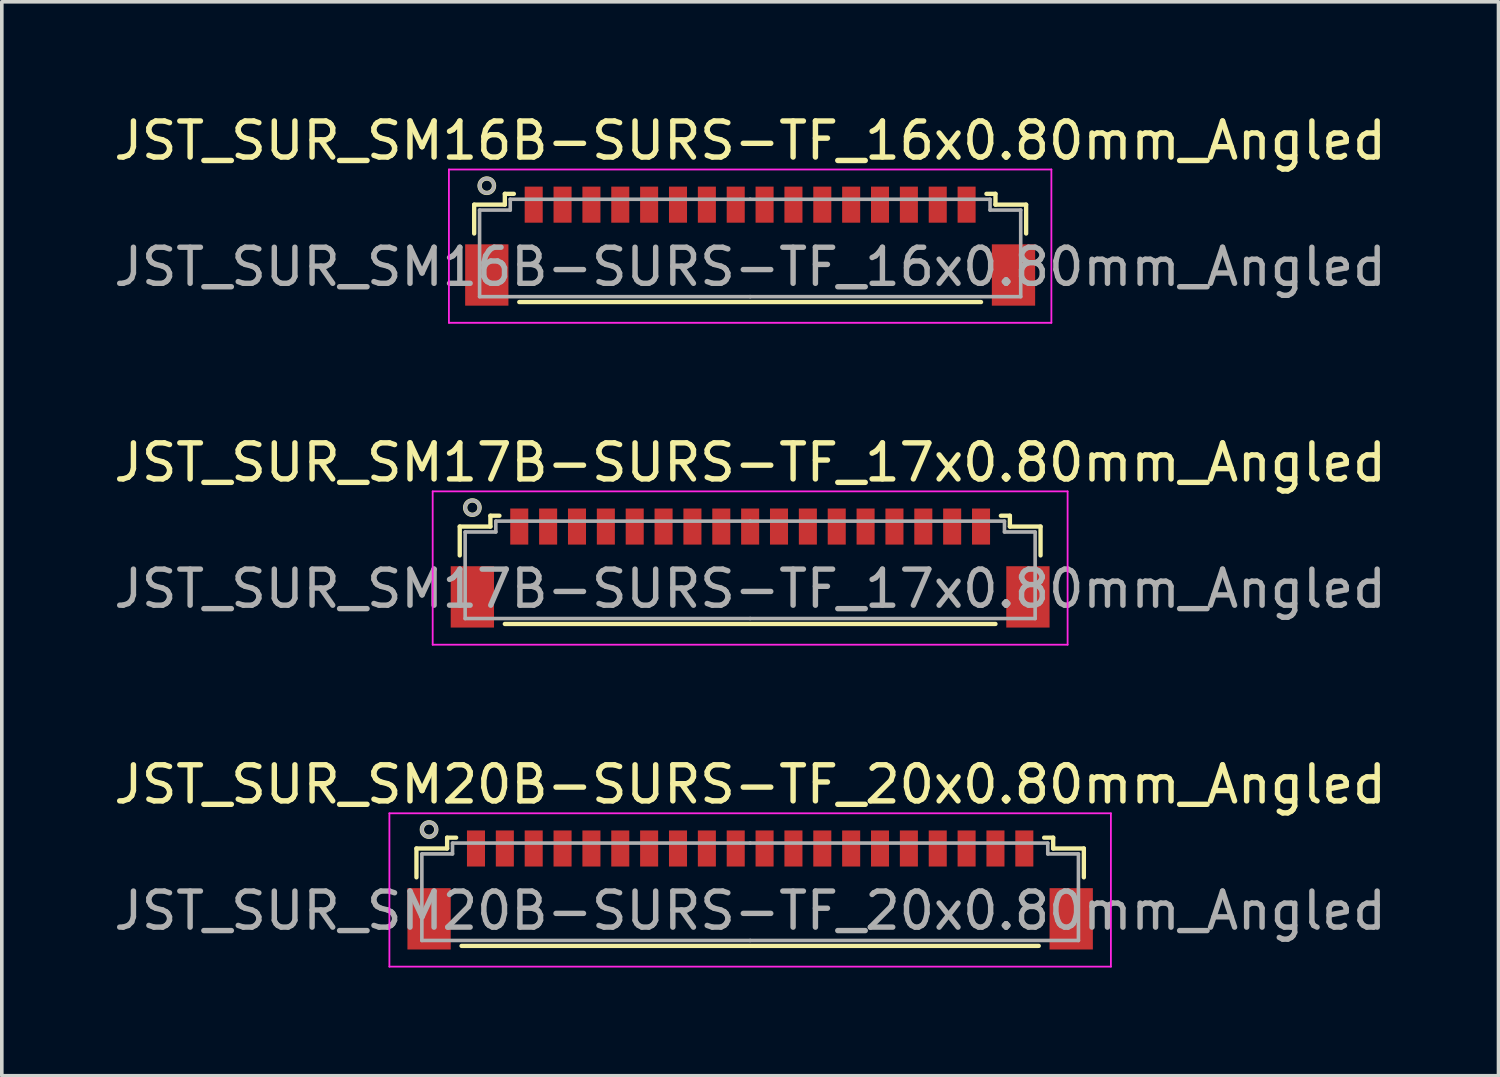
<source format=kicad_pcb>
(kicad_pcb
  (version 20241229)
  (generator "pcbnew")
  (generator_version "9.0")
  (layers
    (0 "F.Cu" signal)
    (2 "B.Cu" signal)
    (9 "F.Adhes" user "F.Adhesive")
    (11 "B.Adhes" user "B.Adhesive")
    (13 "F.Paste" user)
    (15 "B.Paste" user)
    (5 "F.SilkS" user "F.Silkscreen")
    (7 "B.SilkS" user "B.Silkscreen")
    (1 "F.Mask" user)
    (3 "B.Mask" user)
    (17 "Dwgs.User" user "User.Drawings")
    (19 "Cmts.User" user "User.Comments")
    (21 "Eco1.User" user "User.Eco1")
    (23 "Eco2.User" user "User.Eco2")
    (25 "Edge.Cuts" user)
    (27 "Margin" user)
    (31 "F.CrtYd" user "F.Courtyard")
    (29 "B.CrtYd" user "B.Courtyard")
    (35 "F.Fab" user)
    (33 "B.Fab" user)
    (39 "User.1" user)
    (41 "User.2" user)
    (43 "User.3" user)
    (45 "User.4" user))
  (footprint "JST_SUR_SM20B-SURS-TF_20x0.80mm_Angled"
    (layer "F.Cu")
    (at 17.744 21.445)
    (property "Reference" "JST_SUR_SM20B-SURS-TF_20x0.80mm_Angled" (at 0 -2.75 0) (layer "F.SilkS") (effects (font (size 1 1) (thickness 0.15))))
    (attr smd)
    (fp_line (start -9.25 -0.975) (end -9.25 -0.175) (stroke (width 0.12) (type solid)) (layer "F.SilkS"))
    (fp_line (start -8.4 -1.275) (end -8.4 -0.975) (stroke (width 0.12) (type solid)) (layer "F.SilkS"))
    (fp_line (start -8.4 -0.975) (end -9.25 -0.975) (stroke (width 0.12) (type solid)) (layer "F.SilkS"))
    (fp_line (start -8.15 -1.275) (end -8.4 -1.275) (stroke (width 0.12) (type solid)) (layer "F.SilkS"))
    (fp_line (start -8 1.725) (end 8 1.725) (stroke (width 0.12) (type solid)) (layer "F.SilkS"))
    (fp_line (start 8.15 -1.275) (end 8.4 -1.275) (stroke (width 0.12) (type solid)) (layer "F.SilkS"))
    (fp_line (start 8.4 -1.275) (end 8.4 -0.975) (stroke (width 0.12) (type solid)) (layer "F.SilkS"))
    (fp_line (start 8.4 -0.975) (end 9.25 -0.975) (stroke (width 0.12) (type solid)) (layer "F.SilkS"))
    (fp_line (start 9.25 -0.975) (end 9.25 -0.175) (stroke (width 0.12) (type solid)) (layer "F.SilkS"))
    (fp_circle (center -8.9 -1.5) (end -8.7 -1.5) (stroke (width 0.12) (type solid)) (fill no) (layer "F.SilkS"))
    (fp_line (start -10 -1.95) (end 10 -1.95) (stroke (width 0.05) (type solid)) (layer "F.CrtYd"))
    (fp_line (start -10 2.3) (end -10 -1.95) (stroke (width 0.05) (type solid)) (layer "F.CrtYd"))
    (fp_line (start 10 -1.95) (end 10 2.3) (stroke (width 0.05) (type solid)) (layer "F.CrtYd"))
    (fp_line (start 10 2.3) (end -10 2.3) (stroke (width 0.05) (type solid)) (layer "F.CrtYd"))
    (fp_line (start -9.1 -0.825) (end -9.1 1.575) (stroke (width 0.1) (type solid)) (layer "F.Fab"))
    (fp_line (start -9.1 1.575) (end 0 1.575) (stroke (width 0.1) (type solid)) (layer "F.Fab"))
    (fp_line (start -8.25 -1.125) (end -8.25 -0.825) (stroke (width 0.1) (type solid)) (layer "F.Fab"))
    (fp_line (start -8.25 -0.825) (end -9.1 -0.825) (stroke (width 0.1) (type solid)) (layer "F.Fab"))
    (fp_line (start 0 -1.125) (end -8.25 -1.125) (stroke (width 0.1) (type solid)) (layer "F.Fab"))
    (fp_line (start 0 -1.125) (end 8.25 -1.125) (stroke (width 0.1) (type solid)) (layer "F.Fab"))
    (fp_line (start 8.25 -1.125) (end 8.25 -0.825) (stroke (width 0.1) (type solid)) (layer "F.Fab"))
    (fp_line (start 8.25 -0.825) (end 9.1 -0.825) (stroke (width 0.1) (type solid)) (layer "F.Fab"))
    (fp_line (start 9.1 -0.825) (end 9.1 1.575) (stroke (width 0.1) (type solid)) (layer "F.Fab"))
    (fp_line (start 9.1 1.575) (end 0 1.575) (stroke (width 0.1) (type solid)) (layer "F.Fab"))
    (fp_circle (center -8.9 -1.5) (end -8.7 -1.5) (stroke (width 0.1) (type solid)) (fill no) (layer "F.Fab"))
    (fp_text user "${REFERENCE}" (at 0 0.75 0) (layer "F.Fab") (effects (font (size 1 1) (thickness 0.15))))
    (pad "" smd rect (at -8.9 0.975) (size 1.2 1.7) (layers "F.Cu" "F.Mask" "F.Paste"))
    (pad "" smd rect (at 8.9 0.975) (size 1.2 1.7) (layers "F.Cu" "F.Mask" "F.Paste"))
    (pad "1" smd rect (at -7.6 -0.975) (size 0.5 1) (layers "F.Cu" "F.Mask" "F.Paste"))
    (pad "2" smd rect (at -6.8 -0.975) (size 0.5 1) (layers "F.Cu" "F.Mask" "F.Paste"))
    (pad "3" smd rect (at -6 -0.975) (size 0.5 1) (layers "F.Cu" "F.Mask" "F.Paste"))
    (pad "4" smd rect (at -5.2 -0.975) (size 0.5 1) (layers "F.Cu" "F.Mask" "F.Paste"))
    (pad "5" smd rect (at -4.4 -0.975) (size 0.5 1) (layers "F.Cu" "F.Mask" "F.Paste"))
    (pad "6" smd rect (at -3.6 -0.975) (size 0.5 1) (layers "F.Cu" "F.Mask" "F.Paste"))
    (pad "7" smd rect (at -2.8 -0.975) (size 0.5 1) (layers "F.Cu" "F.Mask" "F.Paste"))
    (pad "8" smd rect (at -2 -0.975) (size 0.5 1) (layers "F.Cu" "F.Mask" "F.Paste"))
    (pad "9" smd rect (at -1.2 -0.975) (size 0.5 1) (layers "F.Cu" "F.Mask" "F.Paste"))
    (pad "10" smd rect (at -0.4 -0.975) (size 0.5 1) (layers "F.Cu" "F.Mask" "F.Paste"))
    (pad "11" smd rect (at 0.4 -0.975) (size 0.5 1) (layers "F.Cu" "F.Mask" "F.Paste"))
    (pad "12" smd rect (at 1.2 -0.975) (size 0.5 1) (layers "F.Cu" "F.Mask" "F.Paste"))
    (pad "13" smd rect (at 2 -0.975) (size 0.5 1) (layers "F.Cu" "F.Mask" "F.Paste"))
    (pad "14" smd rect (at 2.8 -0.975) (size 0.5 1) (layers "F.Cu" "F.Mask" "F.Paste"))
    (pad "15" smd rect (at 3.6 -0.975) (size 0.5 1) (layers "F.Cu" "F.Mask" "F.Paste"))
    (pad "16" smd rect (at 4.4 -0.975) (size 0.5 1) (layers "F.Cu" "F.Mask" "F.Paste"))
    (pad "17" smd rect (at 5.2 -0.975) (size 0.5 1) (layers "F.Cu" "F.Mask" "F.Paste"))
    (pad "18" smd rect (at 6 -0.975) (size 0.5 1) (layers "F.Cu" "F.Mask" "F.Paste"))
    (pad "19" smd rect (at 6.8 -0.975) (size 0.5 1) (layers "F.Cu" "F.Mask" "F.Paste"))
    (pad "20" smd rect (at 7.6 -0.975) (size 0.5 1) (layers "F.Cu" "F.Mask" "F.Paste")))
  (footprint "JST_SUR_SM17B-SURS-TF_17x0.80mm_Angled"
    (layer "F.Cu")
    (at 17.744 12.521)
    (property "Reference" "JST_SUR_SM17B-SURS-TF_17x0.80mm_Angled" (at 0 -2.75 0) (layer "F.SilkS") (effects (font (size 1 1) (thickness 0.15))))
    (attr smd)
    (fp_line (start -8.05 -0.975) (end -8.05 -0.175) (stroke (width 0.12) (type solid)) (layer "F.SilkS"))
    (fp_line (start -7.2 -1.275) (end -7.2 -0.975) (stroke (width 0.12) (type solid)) (layer "F.SilkS"))
    (fp_line (start -7.2 -0.975) (end -8.05 -0.975) (stroke (width 0.12) (type solid)) (layer "F.SilkS"))
    (fp_line (start -6.95 -1.275) (end -7.2 -1.275) (stroke (width 0.12) (type solid)) (layer "F.SilkS"))
    (fp_line (start -6.8 1.725) (end 6.8 1.725) (stroke (width 0.12) (type solid)) (layer "F.SilkS"))
    (fp_line (start 6.95 -1.275) (end 7.2 -1.275) (stroke (width 0.12) (type solid)) (layer "F.SilkS"))
    (fp_line (start 7.2 -1.275) (end 7.2 -0.975) (stroke (width 0.12) (type solid)) (layer "F.SilkS"))
    (fp_line (start 7.2 -0.975) (end 8.05 -0.975) (stroke (width 0.12) (type solid)) (layer "F.SilkS"))
    (fp_line (start 8.05 -0.975) (end 8.05 -0.175) (stroke (width 0.12) (type solid)) (layer "F.SilkS"))
    (fp_circle (center -7.7 -1.5) (end -7.5 -1.5) (stroke (width 0.12) (type solid)) (fill no) (layer "F.SilkS"))
    (fp_line (start -8.8 -1.95) (end 8.8 -1.95) (stroke (width 0.05) (type solid)) (layer "F.CrtYd"))
    (fp_line (start -8.8 2.3) (end -8.8 -1.95) (stroke (width 0.05) (type solid)) (layer "F.CrtYd"))
    (fp_line (start 8.8 -1.95) (end 8.8 2.3) (stroke (width 0.05) (type solid)) (layer "F.CrtYd"))
    (fp_line (start 8.8 2.3) (end -8.8 2.3) (stroke (width 0.05) (type solid)) (layer "F.CrtYd"))
    (fp_line (start -7.9 -0.825) (end -7.9 1.575) (stroke (width 0.1) (type solid)) (layer "F.Fab"))
    (fp_line (start -7.9 1.575) (end 0 1.575) (stroke (width 0.1) (type solid)) (layer "F.Fab"))
    (fp_line (start -7.05 -1.125) (end -7.05 -0.825) (stroke (width 0.1) (type solid)) (layer "F.Fab"))
    (fp_line (start -7.05 -0.825) (end -7.9 -0.825) (stroke (width 0.1) (type solid)) (layer "F.Fab"))
    (fp_line (start 0 -1.125) (end -7.05 -1.125) (stroke (width 0.1) (type solid)) (layer "F.Fab"))
    (fp_line (start 0 -1.125) (end 7.05 -1.125) (stroke (width 0.1) (type solid)) (layer "F.Fab"))
    (fp_line (start 7.05 -1.125) (end 7.05 -0.825) (stroke (width 0.1) (type solid)) (layer "F.Fab"))
    (fp_line (start 7.05 -0.825) (end 7.9 -0.825) (stroke (width 0.1) (type solid)) (layer "F.Fab"))
    (fp_line (start 7.9 -0.825) (end 7.9 1.575) (stroke (width 0.1) (type solid)) (layer "F.Fab"))
    (fp_line (start 7.9 1.575) (end 0 1.575) (stroke (width 0.1) (type solid)) (layer "F.Fab"))
    (fp_circle (center -7.7 -1.5) (end -7.5 -1.5) (stroke (width 0.1) (type solid)) (fill no) (layer "F.Fab"))
    (fp_text user "${REFERENCE}" (at 0 0.75 0) (layer "F.Fab") (effects (font (size 1 1) (thickness 0.15))))
    (pad "" smd rect (at -7.7 0.975) (size 1.2 1.7) (layers "F.Cu" "F.Mask" "F.Paste"))
    (pad "" smd rect (at 7.7 0.975) (size 1.2 1.7) (layers "F.Cu" "F.Mask" "F.Paste"))
    (pad "1" smd rect (at -6.4 -0.975) (size 0.5 1) (layers "F.Cu" "F.Mask" "F.Paste"))
    (pad "2" smd rect (at -5.6 -0.975) (size 0.5 1) (layers "F.Cu" "F.Mask" "F.Paste"))
    (pad "3" smd rect (at -4.8 -0.975) (size 0.5 1) (layers "F.Cu" "F.Mask" "F.Paste"))
    (pad "4" smd rect (at -4 -0.975) (size 0.5 1) (layers "F.Cu" "F.Mask" "F.Paste"))
    (pad "5" smd rect (at -3.2 -0.975) (size 0.5 1) (layers "F.Cu" "F.Mask" "F.Paste"))
    (pad "6" smd rect (at -2.4 -0.975) (size 0.5 1) (layers "F.Cu" "F.Mask" "F.Paste"))
    (pad "7" smd rect (at -1.6 -0.975) (size 0.5 1) (layers "F.Cu" "F.Mask" "F.Paste"))
    (pad "8" smd rect (at -0.8 -0.975) (size 0.5 1) (layers "F.Cu" "F.Mask" "F.Paste"))
    (pad "9" smd rect (at 0 -0.975) (size 0.5 1) (layers "F.Cu" "F.Mask" "F.Paste"))
    (pad "10" smd rect (at 0.8 -0.975) (size 0.5 1) (layers "F.Cu" "F.Mask" "F.Paste"))
    (pad "11" smd rect (at 1.6 -0.975) (size 0.5 1) (layers "F.Cu" "F.Mask" "F.Paste"))
    (pad "12" smd rect (at 2.4 -0.975) (size 0.5 1) (layers "F.Cu" "F.Mask" "F.Paste"))
    (pad "13" smd rect (at 3.2 -0.975) (size 0.5 1) (layers "F.Cu" "F.Mask" "F.Paste"))
    (pad "14" smd rect (at 4 -0.975) (size 0.5 1) (layers "F.Cu" "F.Mask" "F.Paste"))
    (pad "15" smd rect (at 4.8 -0.975) (size 0.5 1) (layers "F.Cu" "F.Mask" "F.Paste"))
    (pad "16" smd rect (at 5.6 -0.975) (size 0.5 1) (layers "F.Cu" "F.Mask" "F.Paste"))
    (pad "17" smd rect (at 6.4 -0.975) (size 0.5 1) (layers "F.Cu" "F.Mask" "F.Paste")))
  (footprint "JST_SUR_SM16B-SURS-TF_16x0.80mm_Angled"
    (layer "F.Cu")
    (at 17.744 3.598)
    (property "Reference" "JST_SUR_SM16B-SURS-TF_16x0.80mm_Angled" (at 0 -2.75 0) (layer "F.SilkS") (effects (font (size 1 1) (thickness 0.15))))
    (attr smd)
    (fp_line (start -7.65 -0.975) (end -7.65 -0.175) (stroke (width 0.12) (type solid)) (layer "F.SilkS"))
    (fp_line (start -6.8 -1.275) (end -6.8 -0.975) (stroke (width 0.12) (type solid)) (layer "F.SilkS"))
    (fp_line (start -6.8 -0.975) (end -7.65 -0.975) (stroke (width 0.12) (type solid)) (layer "F.SilkS"))
    (fp_line (start -6.55 -1.275) (end -6.8 -1.275) (stroke (width 0.12) (type solid)) (layer "F.SilkS"))
    (fp_line (start -6.4 1.725) (end 6.4 1.725) (stroke (width 0.12) (type solid)) (layer "F.SilkS"))
    (fp_line (start 6.55 -1.275) (end 6.8 -1.275) (stroke (width 0.12) (type solid)) (layer "F.SilkS"))
    (fp_line (start 6.8 -1.275) (end 6.8 -0.975) (stroke (width 0.12) (type solid)) (layer "F.SilkS"))
    (fp_line (start 6.8 -0.975) (end 7.65 -0.975) (stroke (width 0.12) (type solid)) (layer "F.SilkS"))
    (fp_line (start 7.65 -0.975) (end 7.65 -0.175) (stroke (width 0.12) (type solid)) (layer "F.SilkS"))
    (fp_circle (center -7.3 -1.5) (end -7.1 -1.5) (stroke (width 0.12) (type solid)) (fill no) (layer "F.SilkS"))
    (fp_line (start -8.35 -1.95) (end 8.35 -1.95) (stroke (width 0.05) (type solid)) (layer "F.CrtYd"))
    (fp_line (start -8.35 2.3) (end -8.35 -1.95) (stroke (width 0.05) (type solid)) (layer "F.CrtYd"))
    (fp_line (start 8.35 -1.95) (end 8.35 2.3) (stroke (width 0.05) (type solid)) (layer "F.CrtYd"))
    (fp_line (start 8.35 2.3) (end -8.35 2.3) (stroke (width 0.05) (type solid)) (layer "F.CrtYd"))
    (fp_line (start -7.5 -0.825) (end -7.5 1.575) (stroke (width 0.1) (type solid)) (layer "F.Fab"))
    (fp_line (start -7.5 1.575) (end 0 1.575) (stroke (width 0.1) (type solid)) (layer "F.Fab"))
    (fp_line (start -6.65 -1.125) (end -6.65 -0.825) (stroke (width 0.1) (type solid)) (layer "F.Fab"))
    (fp_line (start -6.65 -0.825) (end -7.5 -0.825) (stroke (width 0.1) (type solid)) (layer "F.Fab"))
    (fp_line (start 0 -1.125) (end -6.65 -1.125) (stroke (width 0.1) (type solid)) (layer "F.Fab"))
    (fp_line (start 0 -1.125) (end 6.65 -1.125) (stroke (width 0.1) (type solid)) (layer "F.Fab"))
    (fp_line (start 6.65 -1.125) (end 6.65 -0.825) (stroke (width 0.1) (type solid)) (layer "F.Fab"))
    (fp_line (start 6.65 -0.825) (end 7.5 -0.825) (stroke (width 0.1) (type solid)) (layer "F.Fab"))
    (fp_line (start 7.5 -0.825) (end 7.5 1.575) (stroke (width 0.1) (type solid)) (layer "F.Fab"))
    (fp_line (start 7.5 1.575) (end 0 1.575) (stroke (width 0.1) (type solid)) (layer "F.Fab"))
    (fp_circle (center -7.3 -1.5) (end -7.1 -1.5) (stroke (width 0.1) (type solid)) (fill no) (layer "F.Fab"))
    (fp_text user "${REFERENCE}" (at 0 0.75 0) (layer "F.Fab") (effects (font (size 1 1) (thickness 0.15))))
    (pad "" smd rect (at -7.3 0.975) (size 1.2 1.7) (layers "F.Cu" "F.Mask" "F.Paste"))
    (pad "" smd rect (at 7.3 0.975) (size 1.2 1.7) (layers "F.Cu" "F.Mask" "F.Paste"))
    (pad "1" smd rect (at -6 -0.975) (size 0.5 1) (layers "F.Cu" "F.Mask" "F.Paste"))
    (pad "2" smd rect (at -5.2 -0.975) (size 0.5 1) (layers "F.Cu" "F.Mask" "F.Paste"))
    (pad "3" smd rect (at -4.4 -0.975) (size 0.5 1) (layers "F.Cu" "F.Mask" "F.Paste"))
    (pad "4" smd rect (at -3.6 -0.975) (size 0.5 1) (layers "F.Cu" "F.Mask" "F.Paste"))
    (pad "5" smd rect (at -2.8 -0.975) (size 0.5 1) (layers "F.Cu" "F.Mask" "F.Paste"))
    (pad "6" smd rect (at -2 -0.975) (size 0.5 1) (layers "F.Cu" "F.Mask" "F.Paste"))
    (pad "7" smd rect (at -1.2 -0.975) (size 0.5 1) (layers "F.Cu" "F.Mask" "F.Paste"))
    (pad "8" smd rect (at -0.4 -0.975) (size 0.5 1) (layers "F.Cu" "F.Mask" "F.Paste"))
    (pad "9" smd rect (at 0.4 -0.975) (size 0.5 1) (layers "F.Cu" "F.Mask" "F.Paste"))
    (pad "10" smd rect (at 1.2 -0.975) (size 0.5 1) (layers "F.Cu" "F.Mask" "F.Paste"))
    (pad "11" smd rect (at 2 -0.975) (size 0.5 1) (layers "F.Cu" "F.Mask" "F.Paste"))
    (pad "12" smd rect (at 2.8 -0.975) (size 0.5 1) (layers "F.Cu" "F.Mask" "F.Paste"))
    (pad "13" smd rect (at 3.6 -0.975) (size 0.5 1) (layers "F.Cu" "F.Mask" "F.Paste"))
    (pad "14" smd rect (at 4.4 -0.975) (size 0.5 1) (layers "F.Cu" "F.Mask" "F.Paste"))
    (pad "15" smd rect (at 5.2 -0.975) (size 0.5 1) (layers "F.Cu" "F.Mask" "F.Paste"))
    (pad "16" smd rect (at 6 -0.975) (size 0.5 1) (layers "F.Cu" "F.Mask" "F.Paste")))
  (gr_rect
    (start -3 -3)
    (end 38.488 26.77)
    (stroke (width 0.1) (type default))
    (fill no)
    (layer "Edge.Cuts")))
</source>
